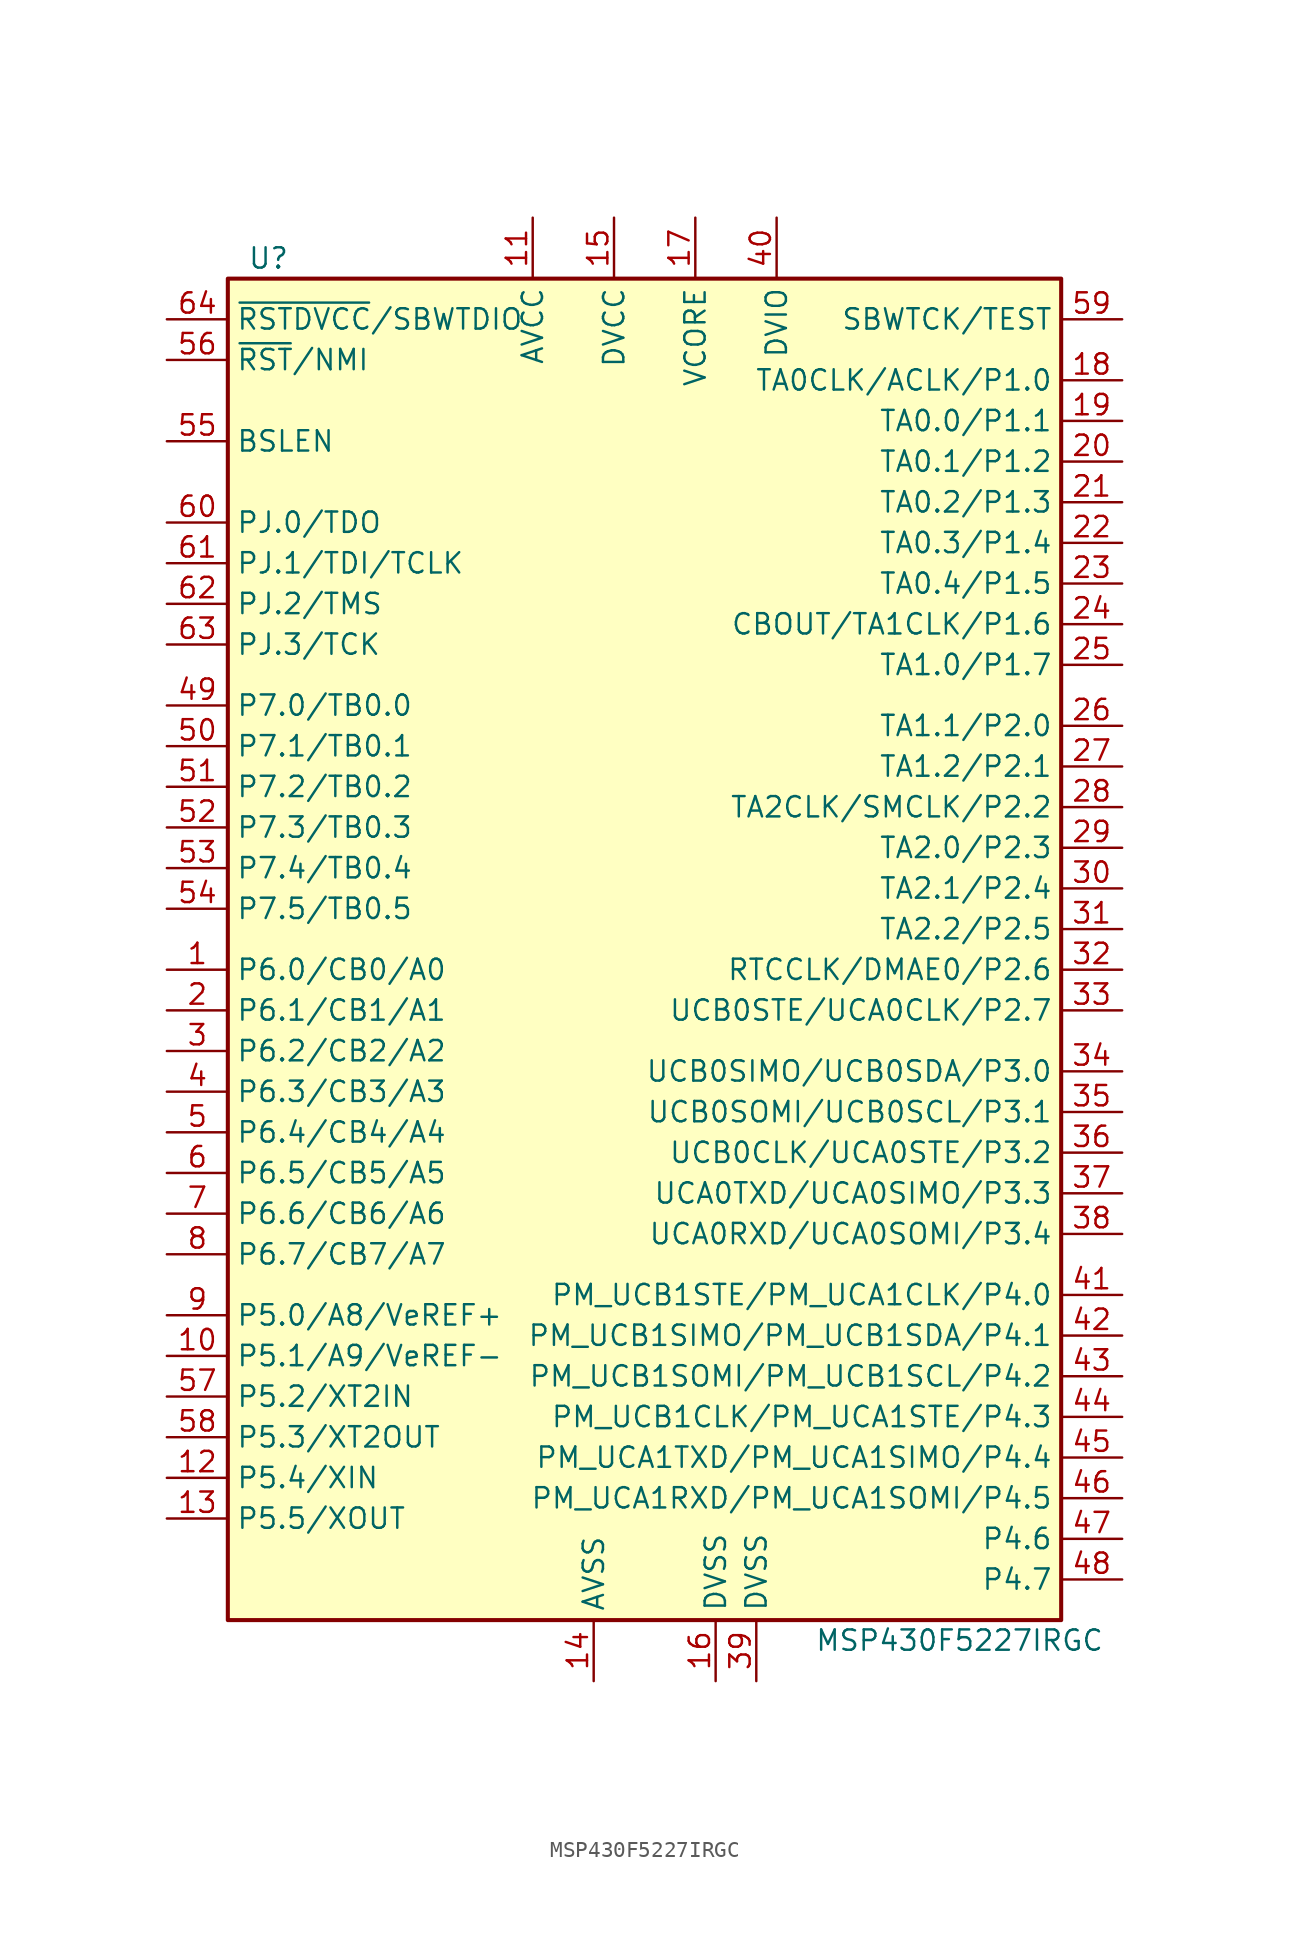
<source format=kicad_sym>
(kicad_symbol_lib
  (version 20201005)
  (generator kicad_symbol_editor)
  (symbol "MSP430F5227IRGC"
    (property "Reference" "U"
      (at -24.13 43.18 0)
      (effects (font (size 1.27 1.27))))
    (property "Value" "MSP430F5227IRGC"
      (at 19.05 -43.18 0)
      (effects (font (size 1.27 1.27))))
    (symbol "MSP430F5227IRGC_0_1"
      (rectangle (start -26.67 41.91) (end 25.4 -41.91) (stroke (width 0.254)) (fill (type background))))
    (symbol "MSP430F5227IRGC_1_1"
      (pin bidirectional line (at -30.48 -1.27 0) (length 3.81) (name "P6.0/CB0/A0" (effects (font (size 1.27 1.27)))) (number "1" (effects (font (size 1.27 1.27)))))
      (pin bidirectional line (at -30.48 -25.4 0) (length 3.81) (name "P5.1/A9/VeREF-" (effects (font (size 1.27 1.27)))) (number "10" (effects (font (size 1.27 1.27)))))
      (pin power_in line (at -7.62 45.72 270) (length 3.81) (name "AVCC" (effects (font (size 1.27 1.27)))) (number "11" (effects (font (size 1.27 1.27)))))
      (pin bidirectional line (at -30.48 -33.02 0) (length 3.81) (name "P5.4/XIN" (effects (font (size 1.27 1.27)))) (number "12" (effects (font (size 1.27 1.27)))))
      (pin bidirectional line (at -30.48 -35.56 0) (length 3.81) (name "P5.5/XOUT" (effects (font (size 1.27 1.27)))) (number "13" (effects (font (size 1.27 1.27)))))
      (pin power_in line (at -3.81 -45.72 90) (length 3.81) (name "AVSS" (effects (font (size 1.27 1.27)))) (number "14" (effects (font (size 1.27 1.27)))))
      (pin power_in line (at -2.54 45.72 270) (length 3.81) (name "DVCC" (effects (font (size 1.27 1.27)))) (number "15" (effects (font (size 1.27 1.27)))))
      (pin power_in line (at 3.81 -45.72 90) (length 3.81) (name "DVSS" (effects (font (size 1.27 1.27)))) (number "16" (effects (font (size 1.27 1.27)))))
      (pin power_in line (at 2.54 45.72 270) (length 3.81) (name "VCORE" (effects (font (size 1.27 1.27)))) (number "17" (effects (font (size 1.27 1.27)))))
      (pin bidirectional line (at 29.21 35.56 180) (length 3.81) (name "TA0CLK/ACLK/P1.0" (effects (font (size 1.27 1.27)))) (number "18" (effects (font (size 1.27 1.27)))))
      (pin bidirectional line (at 29.21 33.02 180) (length 3.81) (name "TA0.0/P1.1" (effects (font (size 1.27 1.27)))) (number "19" (effects (font (size 1.27 1.27)))))
      (pin bidirectional line (at -30.48 -3.81 0) (length 3.81) (name "P6.1/CB1/A1" (effects (font (size 1.27 1.27)))) (number "2" (effects (font (size 1.27 1.27)))))
      (pin bidirectional line (at 29.21 30.48 180) (length 3.81) (name "TA0.1/P1.2" (effects (font (size 1.27 1.27)))) (number "20" (effects (font (size 1.27 1.27)))))
      (pin bidirectional line (at 29.21 27.94 180) (length 3.81) (name "TA0.2/P1.3" (effects (font (size 1.27 1.27)))) (number "21" (effects (font (size 1.27 1.27)))))
      (pin bidirectional line (at 29.21 25.4 180) (length 3.81) (name "TA0.3/P1.4" (effects (font (size 1.27 1.27)))) (number "22" (effects (font (size 1.27 1.27)))))
      (pin bidirectional line (at 29.21 22.86 180) (length 3.81) (name "TA0.4/P1.5" (effects (font (size 1.27 1.27)))) (number "23" (effects (font (size 1.27 1.27)))))
      (pin bidirectional line (at 29.21 20.32 180) (length 3.81) (name "CBOUT/TA1CLK/P1.6" (effects (font (size 1.27 1.27)))) (number "24" (effects (font (size 1.27 1.27)))))
      (pin bidirectional line (at 29.21 17.78 180) (length 3.81) (name "TA1.0/P1.7" (effects (font (size 1.27 1.27)))) (number "25" (effects (font (size 1.27 1.27)))))
      (pin bidirectional line (at 29.21 13.97 180) (length 3.81) (name "TA1.1/P2.0" (effects (font (size 1.27 1.27)))) (number "26" (effects (font (size 1.27 1.27)))))
      (pin bidirectional line (at 29.21 11.43 180) (length 3.81) (name "TA1.2/P2.1" (effects (font (size 1.27 1.27)))) (number "27" (effects (font (size 1.27 1.27)))))
      (pin bidirectional line (at 29.21 8.89 180) (length 3.81) (name "TA2CLK/SMCLK/P2.2" (effects (font (size 1.27 1.27)))) (number "28" (effects (font (size 1.27 1.27)))))
      (pin bidirectional line (at 29.21 6.35 180) (length 3.81) (name "TA2.0/P2.3" (effects (font (size 1.27 1.27)))) (number "29" (effects (font (size 1.27 1.27)))))
      (pin bidirectional line (at -30.48 -6.35 0) (length 3.81) (name "P6.2/CB2/A2" (effects (font (size 1.27 1.27)))) (number "3" (effects (font (size 1.27 1.27)))))
      (pin bidirectional line (at 29.21 3.81 180) (length 3.81) (name "TA2.1/P2.4" (effects (font (size 1.27 1.27)))) (number "30" (effects (font (size 1.27 1.27)))))
      (pin bidirectional line (at 29.21 1.27 180) (length 3.81) (name "TA2.2/P2.5" (effects (font (size 1.27 1.27)))) (number "31" (effects (font (size 1.27 1.27)))))
      (pin bidirectional line (at 29.21 -1.27 180) (length 3.81) (name "RTCCLK/DMAE0/P2.6" (effects (font (size 1.27 1.27)))) (number "32" (effects (font (size 1.27 1.27)))))
      (pin bidirectional line (at 29.21 -3.81 180) (length 3.81) (name "UCB0STE/UCA0CLK/P2.7" (effects (font (size 1.27 1.27)))) (number "33" (effects (font (size 1.27 1.27)))))
      (pin bidirectional line (at 29.21 -7.62 180) (length 3.81) (name "UCB0SIMO/UCB0SDA/P3.0" (effects (font (size 1.27 1.27)))) (number "34" (effects (font (size 1.27 1.27)))))
      (pin bidirectional line (at 29.21 -10.16 180) (length 3.81) (name "UCB0SOMI/UCB0SCL/P3.1" (effects (font (size 1.27 1.27)))) (number "35" (effects (font (size 1.27 1.27)))))
      (pin bidirectional line (at 29.21 -12.7 180) (length 3.81) (name "UCB0CLK/UCA0STE/P3.2" (effects (font (size 1.27 1.27)))) (number "36" (effects (font (size 1.27 1.27)))))
      (pin bidirectional line (at 29.21 -15.24 180) (length 3.81) (name "UCA0TXD/UCA0SIMO/P3.3" (effects (font (size 1.27 1.27)))) (number "37" (effects (font (size 1.27 1.27)))))
      (pin bidirectional line (at 29.21 -17.78 180) (length 3.81) (name "UCA0RXD/UCA0SOMI/P3.4" (effects (font (size 1.27 1.27)))) (number "38" (effects (font (size 1.27 1.27)))))
      (pin power_in line (at 6.35 -45.72 90) (length 3.81) (name "DVSS" (effects (font (size 1.27 1.27)))) (number "39" (effects (font (size 1.27 1.27)))))
      (pin bidirectional line (at -30.48 -8.89 0) (length 3.81) (name "P6.3/CB3/A3" (effects (font (size 1.27 1.27)))) (number "4" (effects (font (size 1.27 1.27)))))
      (pin power_in line (at 7.62 45.72 270) (length 3.81) (name "DVIO" (effects (font (size 1.27 1.27)))) (number "40" (effects (font (size 1.27 1.27)))))
      (pin bidirectional line (at 29.21 -21.59 180) (length 3.81) (name "PM_UCB1STE/PM_UCA1CLK/P4.0" (effects (font (size 1.27 1.27)))) (number "41" (effects (font (size 1.27 1.27)))))
      (pin bidirectional line (at 29.21 -24.13 180) (length 3.81) (name "PM_UCB1SIMO/PM_UCB1SDA/P4.1" (effects (font (size 1.27 1.27)))) (number "42" (effects (font (size 1.27 1.27)))))
      (pin bidirectional line (at 29.21 -26.67 180) (length 3.81) (name "PM_UCB1SOMI/PM_UCB1SCL/P4.2" (effects (font (size 1.27 1.27)))) (number "43" (effects (font (size 1.27 1.27)))))
      (pin bidirectional line (at 29.21 -29.21 180) (length 3.81) (name "PM_UCB1CLK/PM_UCA1STE/P4.3" (effects (font (size 1.27 1.27)))) (number "44" (effects (font (size 1.27 1.27)))))
      (pin bidirectional line (at 29.21 -31.75 180) (length 3.81) (name "PM_UCA1TXD/PM_UCA1SIMO/P4.4" (effects (font (size 1.27 1.27)))) (number "45" (effects (font (size 1.27 1.27)))))
      (pin bidirectional line (at 29.21 -34.29 180) (length 3.81) (name "PM_UCA1RXD/PM_UCA1SOMI/P4.5" (effects (font (size 1.27 1.27)))) (number "46" (effects (font (size 1.27 1.27)))))
      (pin bidirectional line (at 29.21 -36.83 180) (length 3.81) (name "P4.6" (effects (font (size 1.27 1.27)))) (number "47" (effects (font (size 1.27 1.27)))))
      (pin bidirectional line (at 29.21 -39.37 180) (length 3.81) (name "P4.7" (effects (font (size 1.27 1.27)))) (number "48" (effects (font (size 1.27 1.27)))))
      (pin bidirectional line (at -30.48 15.24 0) (length 3.81) (name "P7.0/TB0.0" (effects (font (size 1.27 1.27)))) (number "49" (effects (font (size 1.27 1.27)))))
      (pin bidirectional line (at -30.48 -11.43 0) (length 3.81) (name "P6.4/CB4/A4" (effects (font (size 1.27 1.27)))) (number "5" (effects (font (size 1.27 1.27)))))
      (pin bidirectional line (at -30.48 12.7 0) (length 3.81) (name "P7.1/TB0.1" (effects (font (size 1.27 1.27)))) (number "50" (effects (font (size 1.27 1.27)))))
      (pin bidirectional line (at -30.48 10.16 0) (length 3.81) (name "P7.2/TB0.2" (effects (font (size 1.27 1.27)))) (number "51" (effects (font (size 1.27 1.27)))))
      (pin bidirectional line (at -30.48 7.62 0) (length 3.81) (name "P7.3/TB0.3" (effects (font (size 1.27 1.27)))) (number "52" (effects (font (size 1.27 1.27)))))
      (pin bidirectional line (at -30.48 5.08 0) (length 3.81) (name "P7.4/TB0.4" (effects (font (size 1.27 1.27)))) (number "53" (effects (font (size 1.27 1.27)))))
      (pin bidirectional line (at -30.48 2.54 0) (length 3.81) (name "P7.5/TB0.5" (effects (font (size 1.27 1.27)))) (number "54" (effects (font (size 1.27 1.27)))))
      (pin bidirectional line (at -30.48 31.75 0) (length 3.81) (name "BSLEN" (effects (font (size 1.27 1.27)))) (number "55" (effects (font (size 1.27 1.27)))))
      (pin input line (at -30.48 36.83 0) (length 3.81) (name "~RST~/NMI" (effects (font (size 1.27 1.27)))) (number "56" (effects (font (size 1.27 1.27)))))
      (pin bidirectional line (at -30.48 -27.94 0) (length 3.81) (name "P5.2/XT2IN" (effects (font (size 1.27 1.27)))) (number "57" (effects (font (size 1.27 1.27)))))
      (pin bidirectional line (at -30.48 -30.48 0) (length 3.81) (name "P5.3/XT2OUT" (effects (font (size 1.27 1.27)))) (number "58" (effects (font (size 1.27 1.27)))))
      (pin input line (at 29.21 39.37 180) (length 3.81) (name "SBWTCK/TEST" (effects (font (size 1.27 1.27)))) (number "59" (effects (font (size 1.27 1.27)))))
      (pin bidirectional line (at -30.48 -13.97 0) (length 3.81) (name "P6.5/CB5/A5" (effects (font (size 1.27 1.27)))) (number "6" (effects (font (size 1.27 1.27)))))
      (pin bidirectional line (at -30.48 26.67 0) (length 3.81) (name "PJ.0/TDO" (effects (font (size 1.27 1.27)))) (number "60" (effects (font (size 1.27 1.27)))))
      (pin bidirectional line (at -30.48 24.13 0) (length 3.81) (name "PJ.1/TDI/TCLK" (effects (font (size 1.27 1.27)))) (number "61" (effects (font (size 1.27 1.27)))))
      (pin bidirectional line (at -30.48 21.59 0) (length 3.81) (name "PJ.2/TMS" (effects (font (size 1.27 1.27)))) (number "62" (effects (font (size 1.27 1.27)))))
      (pin bidirectional line (at -30.48 19.05 0) (length 3.81) (name "PJ.3/TCK" (effects (font (size 1.27 1.27)))) (number "63" (effects (font (size 1.27 1.27)))))
      (pin bidirectional line (at -30.48 39.37 0) (length 3.81) (name "~RSTDVCC~/SBWTDIO" (effects (font (size 1.27 1.27)))) (number "64" (effects (font (size 1.27 1.27)))))
      (pin bidirectional line (at -30.48 -16.51 0) (length 3.81) (name "P6.6/CB6/A6" (effects (font (size 1.27 1.27)))) (number "7" (effects (font (size 1.27 1.27)))))
      (pin bidirectional line (at -30.48 -19.05 0) (length 3.81) (name "P6.7/CB7/A7" (effects (font (size 1.27 1.27)))) (number "8" (effects (font (size 1.27 1.27)))))
      (pin bidirectional line (at -30.48 -22.86 0) (length 3.81) (name "P5.0/A8/VeREF+" (effects (font (size 1.27 1.27)))) (number "9" (effects (font (size 1.27 1.27))))))))
</source>
